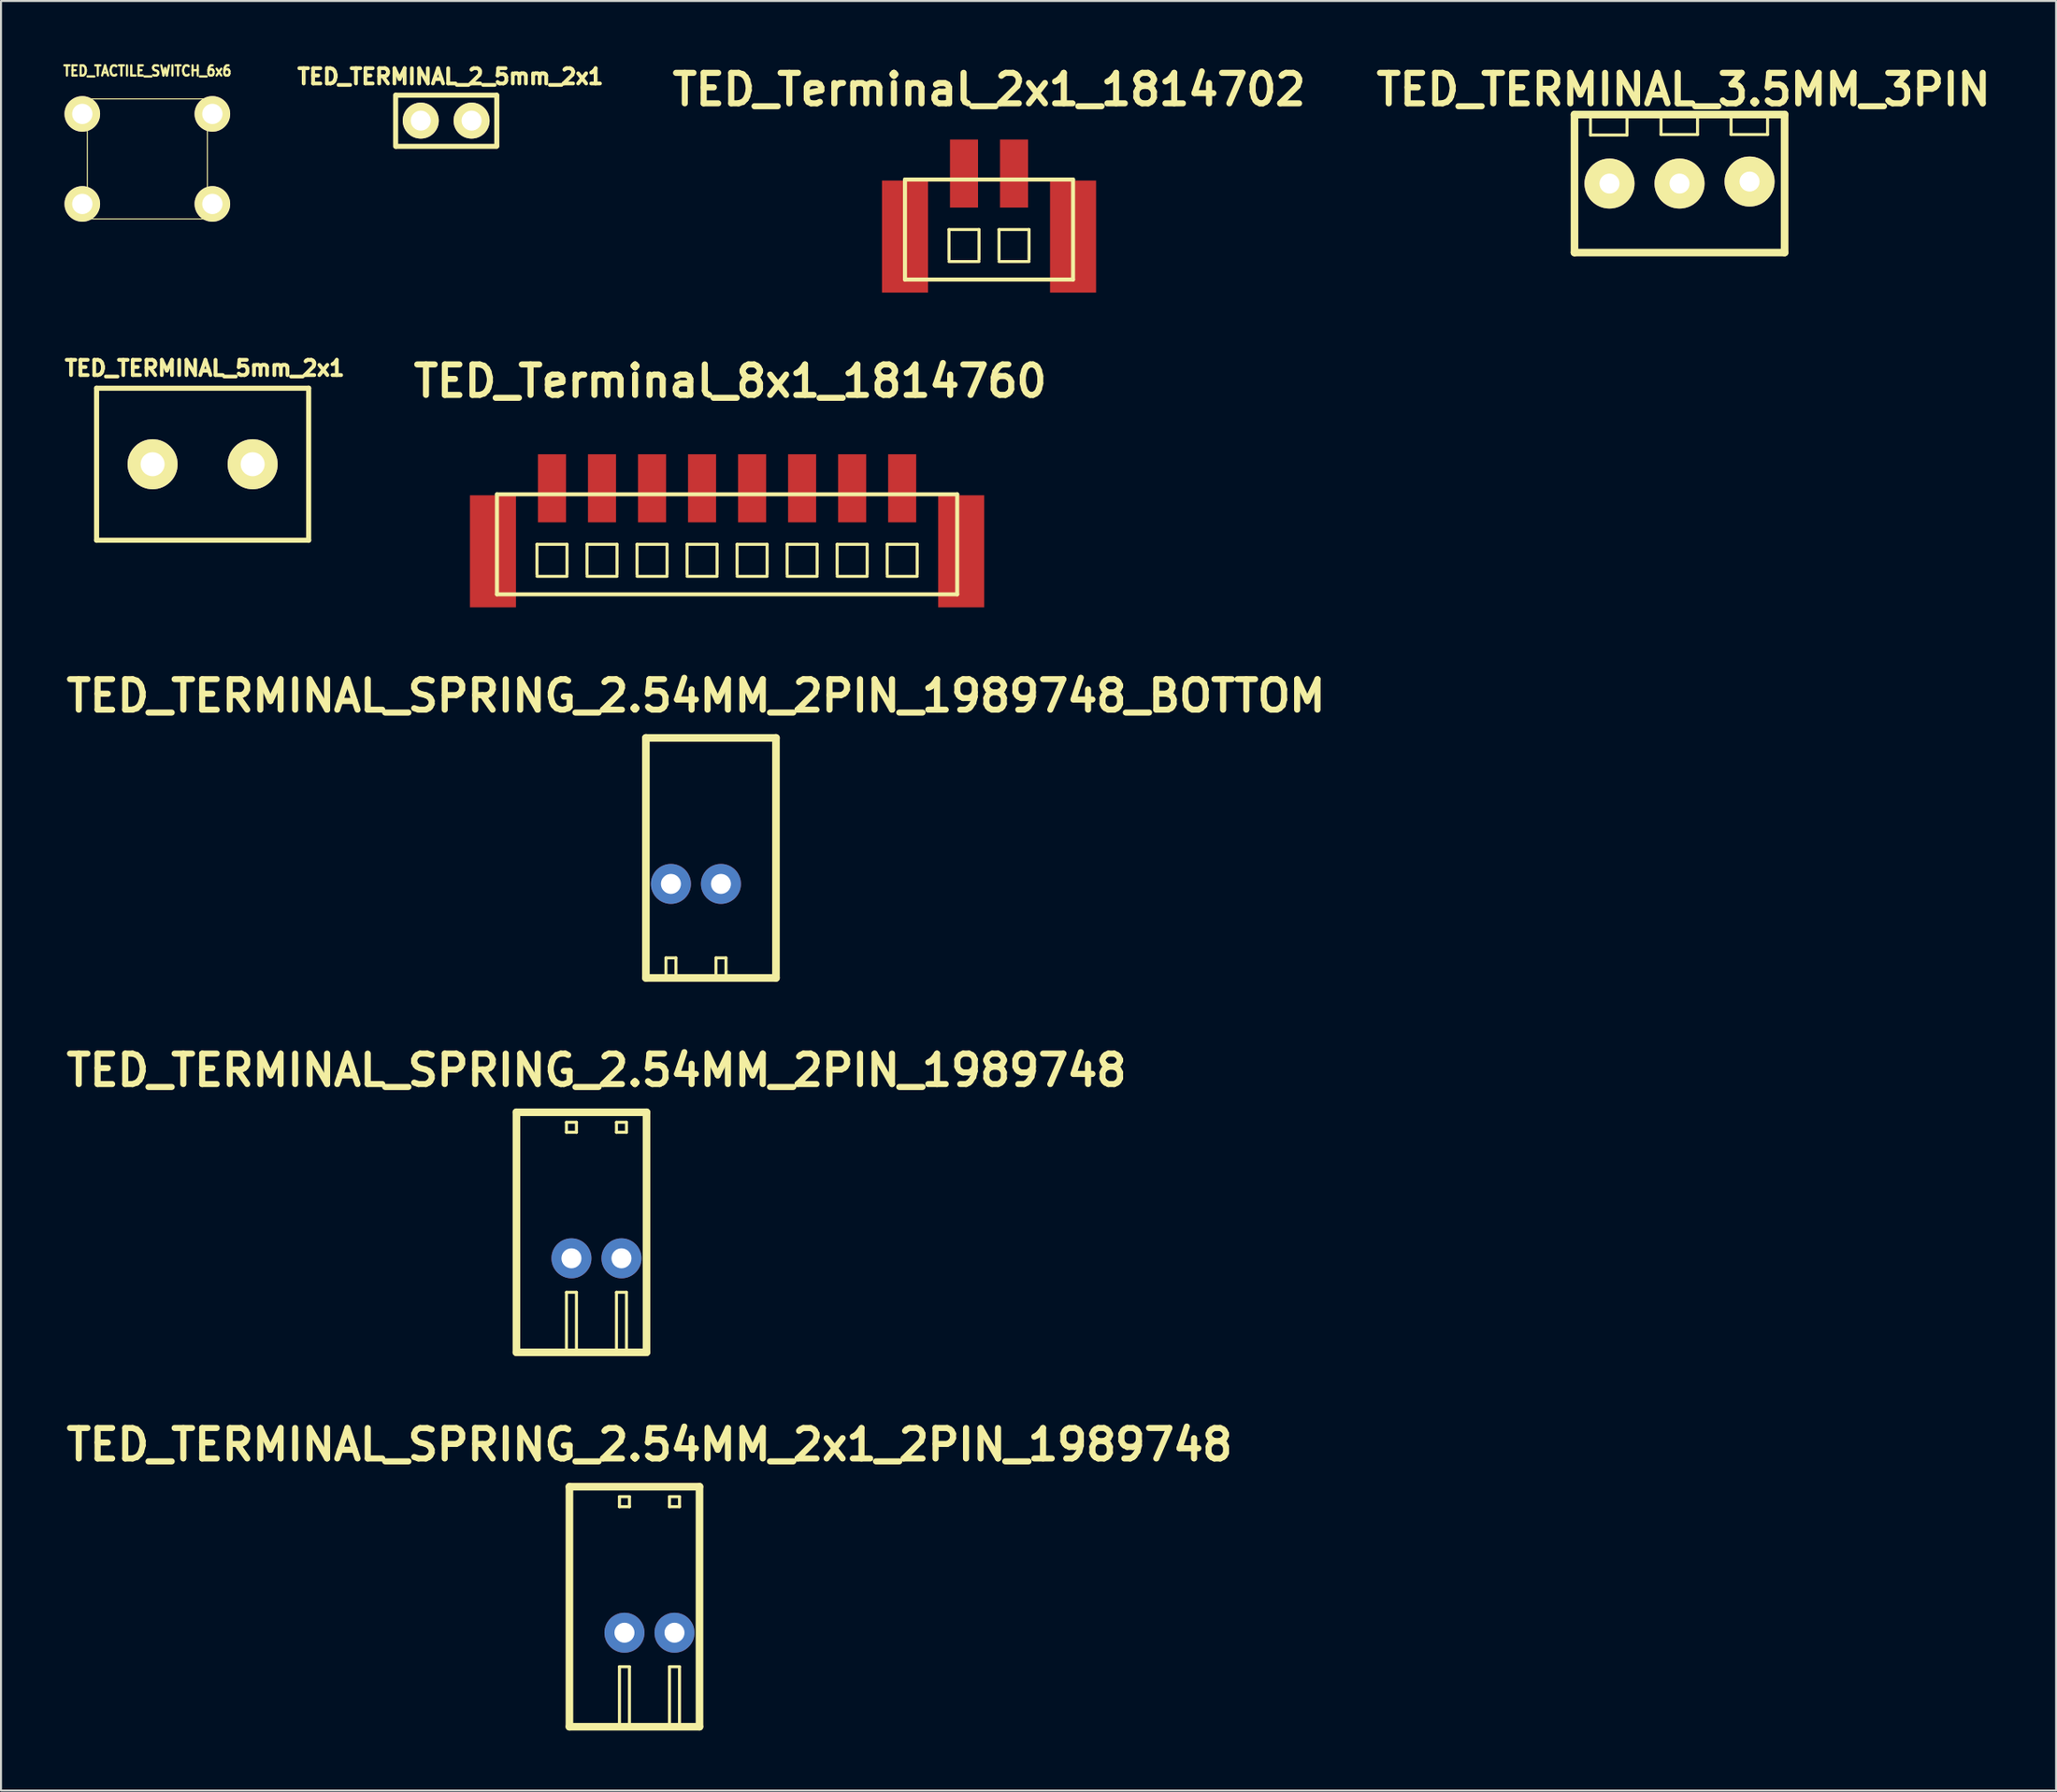
<source format=kicad_pcb>
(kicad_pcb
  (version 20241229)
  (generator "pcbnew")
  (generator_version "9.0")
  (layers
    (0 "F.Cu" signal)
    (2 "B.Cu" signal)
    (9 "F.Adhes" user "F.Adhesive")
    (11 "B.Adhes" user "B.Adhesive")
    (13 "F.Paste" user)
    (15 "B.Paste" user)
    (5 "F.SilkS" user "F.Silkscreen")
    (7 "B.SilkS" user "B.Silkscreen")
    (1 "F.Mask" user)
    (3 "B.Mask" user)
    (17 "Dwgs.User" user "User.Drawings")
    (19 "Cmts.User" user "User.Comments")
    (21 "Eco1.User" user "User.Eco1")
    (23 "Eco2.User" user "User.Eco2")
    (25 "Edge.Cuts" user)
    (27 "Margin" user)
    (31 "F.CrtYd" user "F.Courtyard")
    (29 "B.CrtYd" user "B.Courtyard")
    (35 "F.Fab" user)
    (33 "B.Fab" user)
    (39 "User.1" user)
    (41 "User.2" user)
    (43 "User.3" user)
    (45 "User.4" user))
  (footprint "TED_TERMINAL_5mm_2x1"
    (layer "F.Cu")
    (at 7.076 20.157)
    (property "Reference" "TED_TERMINAL_5mm_2x1" (at 0.1 -4.8 0) (layer "F.SilkS") (effects (font (size 0.762 0.762) (thickness 0.191))))
    (attr through_hole)
    (fp_line (start -5.3 3.8) (end -5.3 -3.8) (stroke (width 0.254) (type solid)) (layer "F.SilkS"))
    (fp_line (start 5.3 -3.8) (end -5.3 -3.8) (stroke (width 0.254) (type solid)) (layer "F.SilkS"))
    (fp_line (start 5.3 -3.8) (end 5.3 3.8) (stroke (width 0.254) (type solid)) (layer "F.SilkS"))
    (fp_line (start 5.3 3.8) (end -5.3 3.8) (stroke (width 0.254) (type solid)) (layer "F.SilkS"))
    (pad "1" thru_hole circle (at -2.5 0) (size 2.5 2.5) (drill 1.2) (layers "*.Cu" "*.Mask" "F.SilkS"))
    (pad "2" thru_hole circle (at 2.5 0) (size 2.5 2.5) (drill 1.2) (layers "*.Cu" "*.Mask" "F.SilkS")))
  (footprint "TED_TACTILE_SWITCH_6x6"
    (layer "F.Cu")
    (at 4.313 4.895)
    (property "Reference" "TED_TACTILE_SWITCH_6x6" (at 0 -4.4 0) (layer "F.SilkS") (effects (font (size 0.508 0.45) (thickness 0.113))))
    (attr through_hole)
    (fp_line (start -3 -3) (end -3 3) (stroke (width 0.051) (type solid)) (layer "F.SilkS"))
    (fp_line (start -3 -3) (end 3 -3) (stroke (width 0.051) (type solid)) (layer "F.SilkS"))
    (fp_line (start 3 -3) (end 3 3) (stroke (width 0.051) (type solid)) (layer "F.SilkS"))
    (fp_line (start 3 3) (end -3 3) (stroke (width 0.051) (type solid)) (layer "F.SilkS"))
    (pad "1" thru_hole circle (at -3.25 -2.25) (size 1.778 1.778) (drill 1.016) (layers "*.Cu" "*.Mask" "F.SilkS"))
    (pad "2" thru_hole circle (at 3.25 -2.25) (size 1.778 1.778) (drill 1.016) (layers "*.Cu" "*.Mask" "F.SilkS"))
    (pad "3" thru_hole circle (at -3.25 2.25) (size 1.778 1.778) (drill 1.016) (layers "*.Cu" "*.Mask" "F.SilkS"))
    (pad "4" thru_hole circle (at 3.25 2.25) (size 1.778 1.778) (drill 1.016) (layers "*.Cu" "*.Mask" "F.SilkS")))
  (footprint "TED_TERMINAL_3.5MM_3PIN"
    (layer "F.Cu")
    (at 80.881 6.126)
    (property "Reference" "TED_TERMINAL_3.5MM_3PIN" (at 0.2 -4.7 0) (layer "F.SilkS") (effects (font (size 1.524 1.524) (thickness 0.305))))
    (attr through_hole)
    (fp_line (start -5.25 -3.45) (end -5.25 3.45) (stroke (width 0.381) (type solid)) (layer "F.SilkS"))
    (fp_line (start -5.25 3.45) (end 5.25 3.45) (stroke (width 0.381) (type solid)) (layer "F.SilkS"))
    (fp_line (start -4.45 -3.225) (end -4.45 -2.425) (stroke (width 0.15) (type solid)) (layer "F.SilkS"))
    (fp_line (start -4.45 -2.425) (end -2.625 -2.425) (stroke (width 0.15) (type solid)) (layer "F.SilkS"))
    (fp_line (start -2.625 -2.425) (end -2.625 -3.25) (stroke (width 0.15) (type solid)) (layer "F.SilkS"))
    (fp_line (start -0.925 -3.25) (end -0.925 -2.45) (stroke (width 0.15) (type solid)) (layer "F.SilkS"))
    (fp_line (start -0.925 -2.45) (end 0.9 -2.45) (stroke (width 0.15) (type solid)) (layer "F.SilkS"))
    (fp_line (start 0.9 -2.45) (end 0.9 -3.275) (stroke (width 0.15) (type solid)) (layer "F.SilkS"))
    (fp_line (start 2.575 -3.25) (end 2.575 -2.45) (stroke (width 0.15) (type solid)) (layer "F.SilkS"))
    (fp_line (start 2.575 -2.45) (end 4.4 -2.45) (stroke (width 0.15) (type solid)) (layer "F.SilkS"))
    (fp_line (start 4.4 -2.45) (end 4.4 -3.275) (stroke (width 0.15) (type solid)) (layer "F.SilkS"))
    (fp_line (start 5.25 -3.45) (end -5.25 -3.45) (stroke (width 0.381) (type solid)) (layer "F.SilkS"))
    (fp_line (start 5.25 3.45) (end 5.25 -3.45) (stroke (width 0.381) (type solid)) (layer "F.SilkS"))
    (pad "1" thru_hole circle (at -3.5 0) (size 2.5 2.5) (drill 1) (layers "*.Cu" "*.Mask" "F.SilkS"))
    (pad "2" thru_hole circle (at 0 0) (size 2.5 2.5) (drill 1) (layers "*.Cu" "*.Mask" "F.SilkS"))
    (pad "3" thru_hole circle (at 3.5 -0.1) (size 2.5 2.5) (drill 1) (layers "*.Cu" "*.Mask" "F.SilkS")))
  (footprint "TED_TERMINAL_SPRING_2.54MM_2PIN_1989748_BOTTOM"
    (layer "F.Cu")
    (at 31.728 39.838)
    (property "Reference" "TED_TERMINAL_SPRING_2.54MM_2PIN_1989748_BOTTOM" (at 0 -8.1 0) (layer "F.SilkS") (effects (font (size 1.524 1.524) (thickness 0.305))))
    (attr through_hole)
    (fp_line (start -2.5 -6) (end 4 -6) (stroke (width 0.381) (type solid)) (layer "F.SilkS"))
    (fp_line (start -2.5 6) (end -2.5 -6) (stroke (width 0.381) (type solid)) (layer "F.SilkS"))
    (fp_line (start -1.5 5) (end -1 5) (stroke (width 0.15) (type solid)) (layer "F.SilkS"))
    (fp_line (start -1.5 6) (end -1.5 5) (stroke (width 0.15) (type solid)) (layer "F.SilkS"))
    (fp_line (start -1 5) (end -1 6) (stroke (width 0.15) (type solid)) (layer "F.SilkS"))
    (fp_line (start 1 5) (end 1.5 5) (stroke (width 0.15) (type solid)) (layer "F.SilkS"))
    (fp_line (start 1 6) (end 1 5) (stroke (width 0.15) (type solid)) (layer "F.SilkS"))
    (fp_line (start 1.5 5) (end 1.5 6) (stroke (width 0.15) (type solid)) (layer "F.SilkS"))
    (fp_line (start 4 -6) (end 4 6) (stroke (width 0.381) (type solid)) (layer "F.SilkS"))
    (fp_line (start 4 6) (end -2.5 6) (stroke (width 0.381) (type solid)) (layer "F.SilkS"))
    (pad "1" thru_hole circle (at 1.25 1.3) (size 2 2) (drill 1) (layers "*.Cu" "*.Mask"))
    (pad "2" thru_hole circle (at -1.25 1.3) (size 2 2) (drill 1) (layers "*.Cu" "*.Mask")))
  (footprint "TED_TERMINAL_SPRING_2.54MM_2x1_2PIN_1989748"
    (layer "F.Cu")
    (at 29.406 77.272)
    (property "Reference" "TED_TERMINAL_SPRING_2.54MM_2x1_2PIN_1989748" (at 0 -8.1 0) (layer "F.SilkS") (effects (font (size 1.524 1.524) (thickness 0.305))))
    (attr through_hole)
    (fp_line (start -4 -6) (end -4 6) (stroke (width 0.381) (type solid)) (layer "F.SilkS"))
    (fp_line (start -4 6) (end 2.5 6) (stroke (width 0.381) (type solid)) (layer "F.SilkS"))
    (fp_line (start -1.5 -5.5) (end -1.5 -5) (stroke (width 0.15) (type solid)) (layer "F.SilkS"))
    (fp_line (start -1.5 -5.5) (end -1 -5.5) (stroke (width 0.15) (type solid)) (layer "F.SilkS"))
    (fp_line (start -1.5 -5) (end -1 -5) (stroke (width 0.15) (type solid)) (layer "F.SilkS"))
    (fp_line (start -1.5 3) (end -1.5 6) (stroke (width 0.15) (type solid)) (layer "F.SilkS"))
    (fp_line (start -1.5 3) (end -1 3) (stroke (width 0.15) (type solid)) (layer "F.SilkS"))
    (fp_line (start -1 -5.5) (end -1 -5) (stroke (width 0.15) (type solid)) (layer "F.SilkS"))
    (fp_line (start -1 3) (end -1 6) (stroke (width 0.15) (type solid)) (layer "F.SilkS"))
    (fp_line (start 1 -5.5) (end 1 -5) (stroke (width 0.15) (type solid)) (layer "F.SilkS"))
    (fp_line (start 1 -5.5) (end 1.5 -5.5) (stroke (width 0.15) (type solid)) (layer "F.SilkS"))
    (fp_line (start 1 -5) (end 1.5 -5) (stroke (width 0.15) (type solid)) (layer "F.SilkS"))
    (fp_line (start 1 3) (end 1 6) (stroke (width 0.15) (type solid)) (layer "F.SilkS"))
    (fp_line (start 1 3) (end 1.5 3) (stroke (width 0.15) (type solid)) (layer "F.SilkS"))
    (fp_line (start 1.5 -5.5) (end 1.5 -5) (stroke (width 0.15) (type solid)) (layer "F.SilkS"))
    (fp_line (start 1.5 3) (end 1.5 6) (stroke (width 0.15) (type solid)) (layer "F.SilkS"))
    (fp_line (start 2.5 -6) (end -4 -6) (stroke (width 0.381) (type solid)) (layer "F.SilkS"))
    (fp_line (start 2.5 6) (end 2.5 -6) (stroke (width 0.381) (type solid)) (layer "F.SilkS"))
    (pad "1" thru_hole circle (at -1.25 1.3) (size 2 2) (drill 1) (layers "*.Cu" "*.Mask"))
    (pad "2" thru_hole circle (at 1.25 1.3) (size 2 2) (drill 1) (layers "*.Cu" "*.Mask")))
  (footprint "TED_Terminal_8x1_1814760"
    (layer "F.Cu")
    (at 33.284 24.161)
    (property "Reference" "TED_Terminal_8x1_1814760" (at 0.157 -8.158 0) (layer "F.SilkS") (effects (font (size 1.524 1.524) (thickness 0.305))))
    (attr through_hole)
    (fp_line (start -11.5 -2.5) (end 11.5 -2.5) (stroke (width 0.201) (type solid)) (layer "F.SilkS"))
    (fp_line (start -11.5 2.5) (end -11.5 -2.5) (stroke (width 0.201) (type solid)) (layer "F.SilkS"))
    (fp_line (start -9.5 0) (end -8 0) (stroke (width 0.15) (type solid)) (layer "F.SilkS"))
    (fp_line (start -9.5 1.5) (end -9.5 0) (stroke (width 0.15) (type solid)) (layer "F.SilkS"))
    (fp_line (start -9.5 1.6) (end -8 1.6) (stroke (width 0.15) (type solid)) (layer "F.SilkS"))
    (fp_line (start -8 0) (end -8 1.5) (stroke (width 0.15) (type solid)) (layer "F.SilkS"))
    (fp_line (start -7 0) (end -5.5 0) (stroke (width 0.15) (type solid)) (layer "F.SilkS"))
    (fp_line (start -7 1.5) (end -7 0) (stroke (width 0.15) (type solid)) (layer "F.SilkS"))
    (fp_line (start -7 1.6) (end -5.5 1.6) (stroke (width 0.15) (type solid)) (layer "F.SilkS"))
    (fp_line (start -5.5 0) (end -5.5 1.5) (stroke (width 0.15) (type solid)) (layer "F.SilkS"))
    (fp_line (start -4.5 0) (end -3 0) (stroke (width 0.15) (type solid)) (layer "F.SilkS"))
    (fp_line (start -4.5 1.5) (end -4.5 0) (stroke (width 0.15) (type solid)) (layer "F.SilkS"))
    (fp_line (start -4.5 1.6) (end -3 1.6) (stroke (width 0.15) (type solid)) (layer "F.SilkS"))
    (fp_line (start -3 0) (end -3 1.5) (stroke (width 0.15) (type solid)) (layer "F.SilkS"))
    (fp_line (start -2 0) (end -0.5 0) (stroke (width 0.15) (type solid)) (layer "F.SilkS"))
    (fp_line (start -2 1.5) (end -2 0) (stroke (width 0.15) (type solid)) (layer "F.SilkS"))
    (fp_line (start -2 1.6) (end -0.5 1.6) (stroke (width 0.15) (type solid)) (layer "F.SilkS"))
    (fp_line (start -0.5 0) (end -0.5 1.5) (stroke (width 0.15) (type solid)) (layer "F.SilkS"))
    (fp_line (start 0.5 0) (end 2 0) (stroke (width 0.15) (type solid)) (layer "F.SilkS"))
    (fp_line (start 0.5 1.5) (end 0.5 0) (stroke (width 0.15) (type solid)) (layer "F.SilkS"))
    (fp_line (start 0.5 1.6) (end 2 1.6) (stroke (width 0.15) (type solid)) (layer "F.SilkS"))
    (fp_line (start 2 0) (end 2 1.5) (stroke (width 0.15) (type solid)) (layer "F.SilkS"))
    (fp_line (start 3 0) (end 4.5 0) (stroke (width 0.15) (type solid)) (layer "F.SilkS"))
    (fp_line (start 3 1.5) (end 3 0) (stroke (width 0.15) (type solid)) (layer "F.SilkS"))
    (fp_line (start 3 1.6) (end 4.5 1.6) (stroke (width 0.15) (type solid)) (layer "F.SilkS"))
    (fp_line (start 4.5 0) (end 4.5 1.5) (stroke (width 0.15) (type solid)) (layer "F.SilkS"))
    (fp_line (start 5.5 0) (end 7 0) (stroke (width 0.15) (type solid)) (layer "F.SilkS"))
    (fp_line (start 5.5 1.5) (end 5.5 0) (stroke (width 0.15) (type solid)) (layer "F.SilkS"))
    (fp_line (start 5.5 1.6) (end 7 1.6) (stroke (width 0.15) (type solid)) (layer "F.SilkS"))
    (fp_line (start 7 0) (end 7 1.5) (stroke (width 0.15) (type solid)) (layer "F.SilkS"))
    (fp_line (start 8 0) (end 9.5 0) (stroke (width 0.15) (type solid)) (layer "F.SilkS"))
    (fp_line (start 8 1.5) (end 8 0) (stroke (width 0.15) (type solid)) (layer "F.SilkS"))
    (fp_line (start 8 1.6) (end 9.5 1.6) (stroke (width 0.15) (type solid)) (layer "F.SilkS"))
    (fp_line (start 9.5 0) (end 9.5 1.5) (stroke (width 0.15) (type solid)) (layer "F.SilkS"))
    (fp_line (start 11.5 -2.5) (end 11.5 2.5) (stroke (width 0.201) (type solid)) (layer "F.SilkS"))
    (fp_line (start 11.5 2.5) (end -11.5 2.5) (stroke (width 0.201) (type solid)) (layer "F.SilkS"))
    (pad "1" smd rect (at -8.75 -2.8) (size 1.4 3.4) (layers "F.Cu" "F.Mask" "F.Paste"))
    (pad "2" smd rect (at -6.25 -2.8) (size 1.4 3.4) (layers "F.Cu" "F.Mask" "F.Paste"))
    (pad "3" smd rect (at -3.75 -2.8) (size 1.4 3.4) (layers "F.Cu" "F.Mask" "F.Paste"))
    (pad "4" smd rect (at -1.25 -2.8) (size 1.4 3.4) (layers "F.Cu" "F.Mask" "F.Paste"))
    (pad "5" smd rect (at 1.25 -2.8) (size 1.4 3.4) (layers "F.Cu" "F.Mask" "F.Paste"))
    (pad "6" smd rect (at 3.75 -2.8) (size 1.4 3.4) (layers "F.Cu" "F.Mask" "F.Paste"))
    (pad "7" smd rect (at 6.25 -2.8) (size 1.4 3.4) (layers "F.Cu" "F.Mask" "F.Paste"))
    (pad "8" smd rect (at 8.75 -2.8) (size 1.4 3.4) (layers "F.Cu" "F.Mask" "F.Paste"))
    (pad "PAD" smd rect (at -11.7 0.35) (size 2.3 5.6) (layers "F.Cu" "F.Mask" "F.Paste"))
    (pad "PAD" smd rect (at 11.7 0.35) (size 2.3 5.6) (layers "F.Cu" "F.Mask" "F.Paste")))
  (footprint "TED_TERMINAL_SPRING_2.54MM_2PIN_1989748"
    (layer "F.Cu")
    (at 26.757 58.555)
    (property "Reference" "TED_TERMINAL_SPRING_2.54MM_2PIN_1989748" (at 0 -8.1 0) (layer "F.SilkS") (effects (font (size 1.524 1.524) (thickness 0.305))))
    (attr through_hole)
    (fp_line (start -4 -6) (end -4 6) (stroke (width 0.381) (type solid)) (layer "F.SilkS"))
    (fp_line (start -4 6) (end 2.5 6) (stroke (width 0.381) (type solid)) (layer "F.SilkS"))
    (fp_line (start -1.5 -5.5) (end -1.5 -5) (stroke (width 0.15) (type solid)) (layer "F.SilkS"))
    (fp_line (start -1.5 -5.5) (end -1 -5.5) (stroke (width 0.15) (type solid)) (layer "F.SilkS"))
    (fp_line (start -1.5 -5) (end -1 -5) (stroke (width 0.15) (type solid)) (layer "F.SilkS"))
    (fp_line (start -1.5 3) (end -1.5 6) (stroke (width 0.15) (type solid)) (layer "F.SilkS"))
    (fp_line (start -1.5 3) (end -1 3) (stroke (width 0.15) (type solid)) (layer "F.SilkS"))
    (fp_line (start -1 -5.5) (end -1 -5) (stroke (width 0.15) (type solid)) (layer "F.SilkS"))
    (fp_line (start -1 3) (end -1 6) (stroke (width 0.15) (type solid)) (layer "F.SilkS"))
    (fp_line (start 1 -5.5) (end 1 -5) (stroke (width 0.15) (type solid)) (layer "F.SilkS"))
    (fp_line (start 1 -5.5) (end 1.5 -5.5) (stroke (width 0.15) (type solid)) (layer "F.SilkS"))
    (fp_line (start 1 -5) (end 1.5 -5) (stroke (width 0.15) (type solid)) (layer "F.SilkS"))
    (fp_line (start 1 3) (end 1 6) (stroke (width 0.15) (type solid)) (layer "F.SilkS"))
    (fp_line (start 1 3) (end 1.5 3) (stroke (width 0.15) (type solid)) (layer "F.SilkS"))
    (fp_line (start 1.5 -5.5) (end 1.5 -5) (stroke (width 0.15) (type solid)) (layer "F.SilkS"))
    (fp_line (start 1.5 3) (end 1.5 6) (stroke (width 0.15) (type solid)) (layer "F.SilkS"))
    (fp_line (start 2.5 -6) (end -4 -6) (stroke (width 0.381) (type solid)) (layer "F.SilkS"))
    (fp_line (start 2.5 6) (end 2.5 -6) (stroke (width 0.381) (type solid)) (layer "F.SilkS"))
    (pad "1" thru_hole circle (at -1.25 1.3) (size 2 2) (drill 1) (layers "*.Cu" "*.Mask"))
    (pad "2" thru_hole circle (at 1.25 1.3) (size 2 2) (drill 1) (layers "*.Cu" "*.Mask")))
  (footprint "TED_Terminal_2x1_1814702"
    (layer "F.Cu")
    (at 46.374 8.426)
    (property "Reference" "TED_Terminal_2x1_1814702" (at 0 -7 0) (layer "F.SilkS") (effects (font (size 1.524 1.524) (thickness 0.305))))
    (attr through_hole)
    (fp_line (start -4.2 -2.5) (end 4.2 -2.5) (stroke (width 0.201) (type solid)) (layer "F.SilkS"))
    (fp_line (start -4.2 2.5) (end -4.2 -2.5) (stroke (width 0.201) (type solid)) (layer "F.SilkS"))
    (fp_line (start -2 0) (end -0.5 0) (stroke (width 0.15) (type solid)) (layer "F.SilkS"))
    (fp_line (start -2 1.5) (end -2 0) (stroke (width 0.15) (type solid)) (layer "F.SilkS"))
    (fp_line (start -2 1.6) (end -0.5 1.6) (stroke (width 0.15) (type solid)) (layer "F.SilkS"))
    (fp_line (start -0.5 0) (end -0.5 1.5) (stroke (width 0.15) (type solid)) (layer "F.SilkS"))
    (fp_line (start 0.5 0) (end 2 0) (stroke (width 0.15) (type solid)) (layer "F.SilkS"))
    (fp_line (start 0.5 1.5) (end 0.5 0) (stroke (width 0.15) (type solid)) (layer "F.SilkS"))
    (fp_line (start 0.5 1.6) (end 2 1.6) (stroke (width 0.15) (type solid)) (layer "F.SilkS"))
    (fp_line (start 2 0) (end 2 1.5) (stroke (width 0.15) (type solid)) (layer "F.SilkS"))
    (fp_line (start 4.2 -2.5) (end 4.2 2.5) (stroke (width 0.201) (type solid)) (layer "F.SilkS"))
    (fp_line (start 4.2 2.5) (end -4.2 2.5) (stroke (width 0.201) (type solid)) (layer "F.SilkS"))
    (pad "1" smd rect (at -1.25 -2.8) (size 1.4 3.4) (layers "F.Cu" "F.Mask" "F.Paste"))
    (pad "2" smd rect (at 1.25 -2.8) (size 1.4 3.4) (layers "F.Cu" "F.Mask" "F.Paste"))
    (pad "PAD" smd rect (at -4.2 0.35) (size 2.3 5.6) (layers "F.Cu" "F.Mask" "F.Paste"))
    (pad "PAD" smd rect (at 4.2 0.35) (size 2.3 5.6) (layers "F.Cu" "F.Mask" "F.Paste")))
  (footprint "TED_TERMINAL_2_5mm_2x1"
    (layer "F.Cu")
    (at 19.256 2.98)
    (property "Reference" "TED_TERMINAL_2_5mm_2x1" (at 0.2 -2.2 0) (layer "F.SilkS") (effects (font (size 0.762 0.762) (thickness 0.191))))
    (attr through_hole)
    (fp_line (start -2.535 1.285) (end -2.535 -1.275) (stroke (width 0.254) (type solid)) (layer "F.SilkS"))
    (fp_line (start 2.5 -1.27) (end -2.5 -1.27) (stroke (width 0.254) (type solid)) (layer "F.SilkS"))
    (fp_line (start 2.5 1.285) (end -2.5 1.285) (stroke (width 0.254) (type solid)) (layer "F.SilkS"))
    (fp_line (start 2.52 -1.27) (end 2.52 1.27) (stroke (width 0.254) (type solid)) (layer "F.SilkS"))
    (pad "1" thru_hole circle (at -1.28 0) (size 1.8 1.8) (drill 1) (layers "*.Cu" "*.Mask" "F.SilkS"))
    (pad "2" thru_hole circle (at 1.26 0) (size 1.8 1.8) (drill 1) (layers "*.Cu" "*.Mask" "F.SilkS")))
  (gr_rect
    (start -3 -3)
    (end 99.698 86.462)
    (stroke (width 0.1) (type default))
    (fill no)
    (layer "Edge.Cuts")))
</source>
